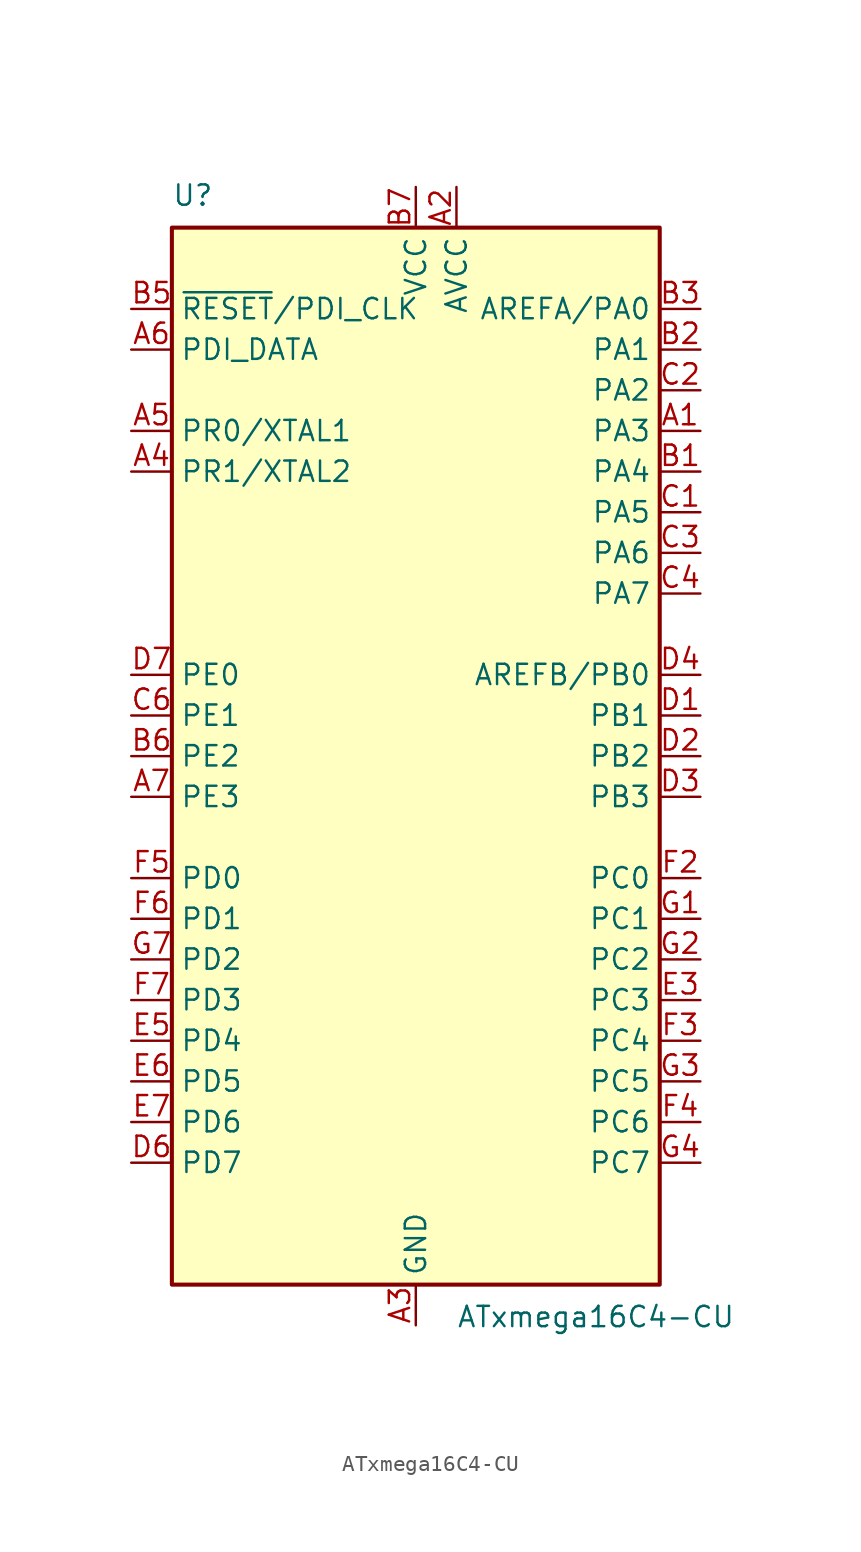
<source format=kicad_sym>
(kicad_symbol_lib
  (version 20201005)
  (generator kicad_symbol_editor)
  (symbol "ATxmega16C4-CU"
    (property "Reference" "U"
      (at -15.24 34.29 0)
      (effects (font (size 1.27 1.27)) (justify left bottom)))
    (property "Value" "ATxmega16C4-CU"
      (at 2.54 -34.29 0)
      (effects (font (size 1.27 1.27)) (justify left top)))
    (symbol "ATxmega16C4-CU_0_1"
      (rectangle (start -15.24 -33.02) (end 15.24 33.02) (stroke (width 0.254)) (fill (type background))))
    (symbol "ATxmega16C4-CU_1_1"
      (pin tri_state line (at 17.78 20.32 180) (length 2.54) (name "PA3" (effects (font (size 1.27 1.27)))) (number "A1" (effects (font (size 1.27 1.27)))))
      (pin power_in line (at 2.54 35.56 270) (length 2.54) (name "AVCC" (effects (font (size 1.27 1.27)))) (number "A2" (effects (font (size 1.27 1.27)))))
      (pin power_in line (at 0 -35.56 90) (length 2.54) (name "GND" (effects (font (size 1.27 1.27)))) (number "A3" (effects (font (size 1.27 1.27)))))
      (pin tri_state line (at -17.78 17.78 0) (length 2.54) (name "PR1/XTAL2" (effects (font (size 1.27 1.27)))) (number "A4" (effects (font (size 1.27 1.27)))))
      (pin tri_state line (at -17.78 20.32 0) (length 2.54) (name "PR0/XTAL1" (effects (font (size 1.27 1.27)))) (number "A5" (effects (font (size 1.27 1.27)))))
      (pin bidirectional line (at -17.78 25.4 0) (length 2.54) (name "PDI_DATA" (effects (font (size 1.27 1.27)))) (number "A6" (effects (font (size 1.27 1.27)))))
      (pin tri_state line (at -17.78 -2.54 0) (length 2.54) (name "PE3" (effects (font (size 1.27 1.27)))) (number "A7" (effects (font (size 1.27 1.27)))))
      (pin tri_state line (at 17.78 17.78 180) (length 2.54) (name "PA4" (effects (font (size 1.27 1.27)))) (number "B1" (effects (font (size 1.27 1.27)))))
      (pin tri_state line (at 17.78 25.4 180) (length 2.54) (name "PA1" (effects (font (size 1.27 1.27)))) (number "B2" (effects (font (size 1.27 1.27)))))
      (pin tri_state line (at 17.78 27.94 180) (length 2.54) (name "AREFA/PA0" (effects (font (size 1.27 1.27)))) (number "B3" (effects (font (size 1.27 1.27)))))
      (pin passive line (at 0 -35.56 90) (length 2.54) hide (name "GND" (effects (font (size 1.27 1.27)))) (number "B4" (effects (font (size 1.27 1.27)))))
      (pin input line (at -17.78 27.94 0) (length 2.54) (name "~RESET~/PDI_CLK" (effects (font (size 1.27 1.27)))) (number "B5" (effects (font (size 1.27 1.27)))))
      (pin tri_state line (at -17.78 0 0) (length 2.54) (name "PE2" (effects (font (size 1.27 1.27)))) (number "B6" (effects (font (size 1.27 1.27)))))
      (pin power_in line (at 0 35.56 270) (length 2.54) (name "VCC" (effects (font (size 1.27 1.27)))) (number "B7" (effects (font (size 1.27 1.27)))))
      (pin tri_state line (at 17.78 15.24 180) (length 2.54) (name "PA5" (effects (font (size 1.27 1.27)))) (number "C1" (effects (font (size 1.27 1.27)))))
      (pin tri_state line (at 17.78 22.86 180) (length 2.54) (name "PA2" (effects (font (size 1.27 1.27)))) (number "C2" (effects (font (size 1.27 1.27)))))
      (pin tri_state line (at 17.78 12.7 180) (length 2.54) (name "PA6" (effects (font (size 1.27 1.27)))) (number "C3" (effects (font (size 1.27 1.27)))))
      (pin tri_state line (at 17.78 10.16 180) (length 2.54) (name "PA7" (effects (font (size 1.27 1.27)))) (number "C4" (effects (font (size 1.27 1.27)))))
      (pin passive line (at 0 -35.56 90) (length 2.54) hide (name "GND" (effects (font (size 1.27 1.27)))) (number "C5" (effects (font (size 1.27 1.27)))))
      (pin tri_state line (at -17.78 2.54 0) (length 2.54) (name "PE1" (effects (font (size 1.27 1.27)))) (number "C6" (effects (font (size 1.27 1.27)))))
      (pin passive line (at 0 -35.56 90) (length 2.54) hide (name "GND" (effects (font (size 1.27 1.27)))) (number "C7" (effects (font (size 1.27 1.27)))))
      (pin tri_state line (at 17.78 2.54 180) (length 2.54) (name "PB1" (effects (font (size 1.27 1.27)))) (number "D1" (effects (font (size 1.27 1.27)))))
      (pin tri_state line (at 17.78 0 180) (length 2.54) (name "PB2" (effects (font (size 1.27 1.27)))) (number "D2" (effects (font (size 1.27 1.27)))))
      (pin tri_state line (at 17.78 -2.54 180) (length 2.54) (name "PB3" (effects (font (size 1.27 1.27)))) (number "D3" (effects (font (size 1.27 1.27)))))
      (pin tri_state line (at 17.78 5.08 180) (length 2.54) (name "AREFB/PB0" (effects (font (size 1.27 1.27)))) (number "D4" (effects (font (size 1.27 1.27)))))
      (pin passive line (at 0 -35.56 90) (length 2.54) hide (name "GND" (effects (font (size 1.27 1.27)))) (number "D5" (effects (font (size 1.27 1.27)))))
      (pin tri_state line (at -17.78 -25.4 0) (length 2.54) (name "PD7" (effects (font (size 1.27 1.27)))) (number "D6" (effects (font (size 1.27 1.27)))))
      (pin tri_state line (at -17.78 5.08 0) (length 2.54) (name "PE0" (effects (font (size 1.27 1.27)))) (number "D7" (effects (font (size 1.27 1.27)))))
      (pin passive line (at 0 -35.56 90) (length 2.54) hide (name "GND" (effects (font (size 1.27 1.27)))) (number "E1" (effects (font (size 1.27 1.27)))))
      (pin passive line (at 0 -35.56 90) (length 2.54) hide (name "GND" (effects (font (size 1.27 1.27)))) (number "E2" (effects (font (size 1.27 1.27)))))
      (pin tri_state line (at 17.78 -15.24 180) (length 2.54) (name "PC3" (effects (font (size 1.27 1.27)))) (number "E3" (effects (font (size 1.27 1.27)))))
      (pin passive line (at 0 -35.56 90) (length 2.54) hide (name "GND" (effects (font (size 1.27 1.27)))) (number "E4" (effects (font (size 1.27 1.27)))))
      (pin tri_state line (at -17.78 -17.78 0) (length 2.54) (name "PD4" (effects (font (size 1.27 1.27)))) (number "E5" (effects (font (size 1.27 1.27)))))
      (pin tri_state line (at -17.78 -20.32 0) (length 2.54) (name "PD5" (effects (font (size 1.27 1.27)))) (number "E6" (effects (font (size 1.27 1.27)))))
      (pin tri_state line (at -17.78 -22.86 0) (length 2.54) (name "PD6" (effects (font (size 1.27 1.27)))) (number "E7" (effects (font (size 1.27 1.27)))))
      (pin passive line (at 0 35.56 270) (length 2.54) hide (name "VCC" (effects (font (size 1.27 1.27)))) (number "F1" (effects (font (size 1.27 1.27)))))
      (pin tri_state line (at 17.78 -7.62 180) (length 2.54) (name "PC0" (effects (font (size 1.27 1.27)))) (number "F2" (effects (font (size 1.27 1.27)))))
      (pin tri_state line (at 17.78 -17.78 180) (length 2.54) (name "PC4" (effects (font (size 1.27 1.27)))) (number "F3" (effects (font (size 1.27 1.27)))))
      (pin tri_state line (at 17.78 -22.86 180) (length 2.54) (name "PC6" (effects (font (size 1.27 1.27)))) (number "F4" (effects (font (size 1.27 1.27)))))
      (pin tri_state line (at -17.78 -7.62 0) (length 2.54) (name "PD0" (effects (font (size 1.27 1.27)))) (number "F5" (effects (font (size 1.27 1.27)))))
      (pin tri_state line (at -17.78 -10.16 0) (length 2.54) (name "PD1" (effects (font (size 1.27 1.27)))) (number "F6" (effects (font (size 1.27 1.27)))))
      (pin tri_state line (at -17.78 -15.24 0) (length 2.54) (name "PD3" (effects (font (size 1.27 1.27)))) (number "F7" (effects (font (size 1.27 1.27)))))
      (pin tri_state line (at 17.78 -10.16 180) (length 2.54) (name "PC1" (effects (font (size 1.27 1.27)))) (number "G1" (effects (font (size 1.27 1.27)))))
      (pin tri_state line (at 17.78 -12.7 180) (length 2.54) (name "PC2" (effects (font (size 1.27 1.27)))) (number "G2" (effects (font (size 1.27 1.27)))))
      (pin tri_state line (at 17.78 -20.32 180) (length 2.54) (name "PC5" (effects (font (size 1.27 1.27)))) (number "G3" (effects (font (size 1.27 1.27)))))
      (pin tri_state line (at 17.78 -25.4 180) (length 2.54) (name "PC7" (effects (font (size 1.27 1.27)))) (number "G4" (effects (font (size 1.27 1.27)))))
      (pin passive line (at 0 -35.56 90) (length 2.54) hide (name "GND" (effects (font (size 1.27 1.27)))) (number "G5" (effects (font (size 1.27 1.27)))))
      (pin passive line (at 0 35.56 270) (length 2.54) hide (name "VCC" (effects (font (size 1.27 1.27)))) (number "G6" (effects (font (size 1.27 1.27)))))
      (pin tri_state line (at -17.78 -12.7 0) (length 2.54) (name "PD2" (effects (font (size 1.27 1.27)))) (number "G7" (effects (font (size 1.27 1.27))))))))
</source>
